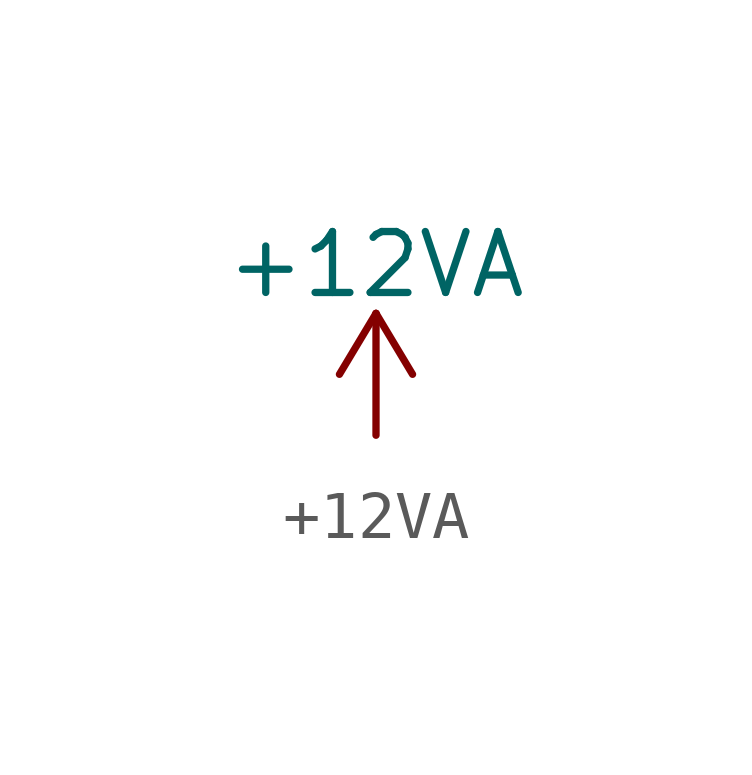
<source format=kicad_sym>
(kicad_symbol_lib
  (version 20201005)
  (generator kicad_symbol_editor)
  (symbol "+12VA"
    (power)
    (pin_names
      (offset 0))
    (property "Reference" "#PWR"
      (at 0 -3.81 0)
      (effects (font (size 1.27 1.27)) hide))
    (property "Value" "+12VA"
      (at 0 3.556 0)
      (effects (font (size 1.27 1.27))))
    (symbol "+12VA_0_1"
      (polyline (pts (xy -0.762 1.27) (xy 0 2.54)) (stroke (width 0)) (fill (type none)))
      (polyline (pts (xy 0 0) (xy 0 2.54)) (stroke (width 0)) (fill (type none)))
      (polyline (pts (xy 0 2.54) (xy 0.762 1.27)) (stroke (width 0)) (fill (type none))))
    (symbol "+12VA_1_1"
      (pin power_in line (at 0 0 90) (length 0) hide (name "+12VA" (effects (font (size 1.27 1.27)))) (number "1" (effects (font (size 1.27 1.27))))))))
</source>
